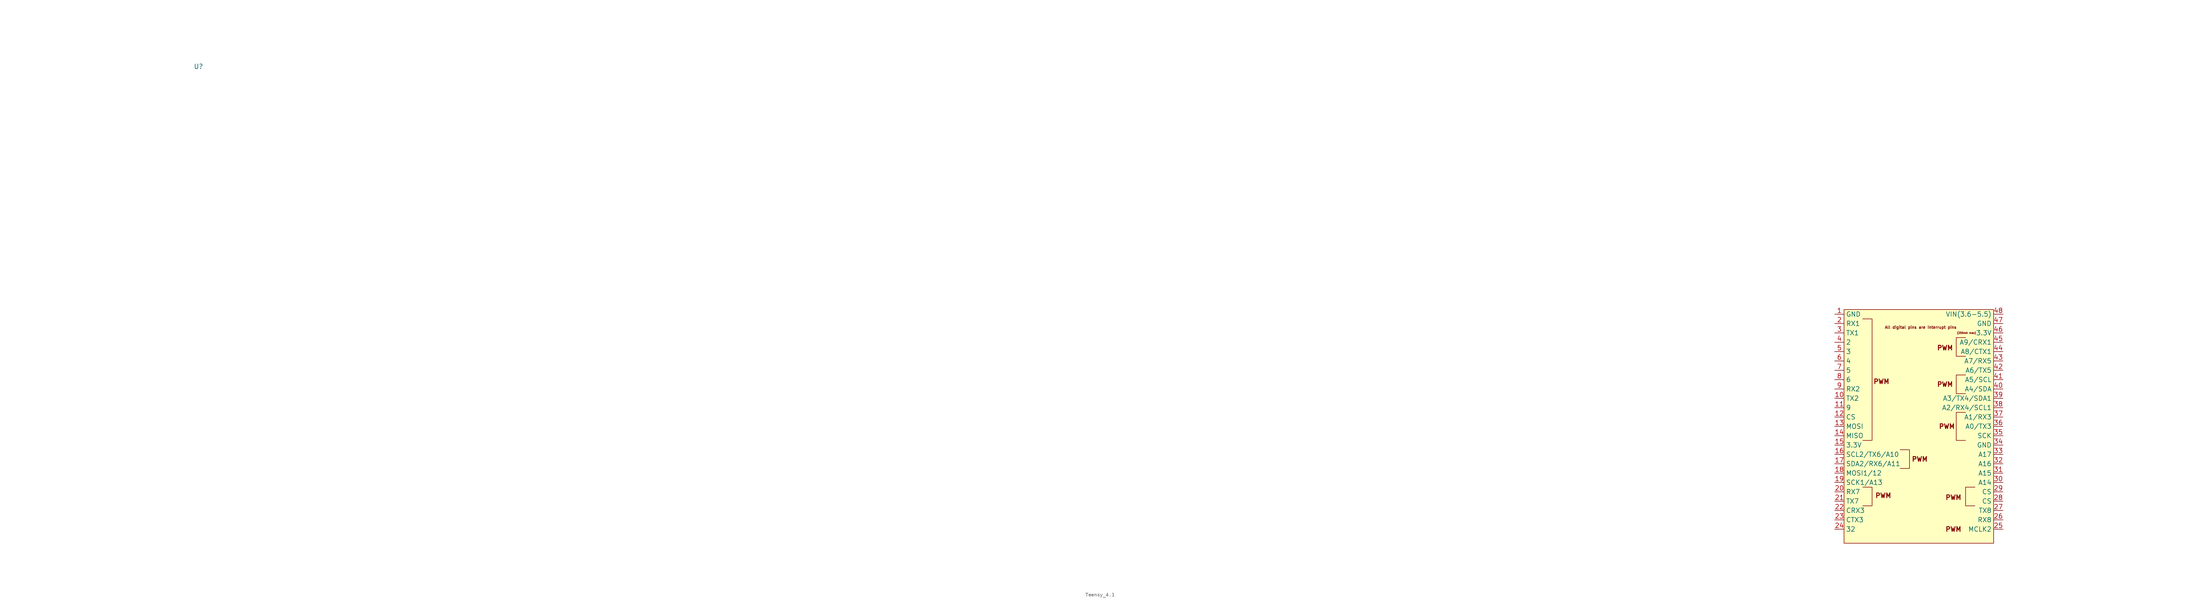
<source format=kicad_sym>
(kicad_symbol_lib
  (version 20231120)
  (generator "kicad_symbol_editor")
  (generator_version "8.0")
  (symbol "Teensy_4.1"
    (property "Reference" "U"
      (at -467.36 93.98 0)
      (effects (font (size 1.27 1.27))))
    (property "Value" ""
      (at -467.36 93.98 0)
      (effects (font (size 1.27 1.27))))
    (symbol "Teensy_4.1_0_1"
      (polyline (pts (xy -15.24 25.4) (xy -12.7 25.4) (xy -12.7 -7.62) (xy -15.24 -7.62)) (stroke (width 0) (type default)) (fill (type none))))
    (symbol "Teensy_4.1_1_1"
      (rectangle (start -20.32 27.94) (end 20.32 -35.56) (stroke (width 0) (type default)) (fill (type background)))
      (polyline (pts (xy -15.24 -20.32) (xy -12.7 -20.32) (xy -12.7 -25.4) (xy -15.24 -25.4)) (stroke (width 0) (type default)) (fill (type none)))
      (polyline (pts (xy -5.08 -10.16) (xy -2.54 -10.16) (xy -2.54 -15.24) (xy -5.08 -15.24)) (stroke (width 0) (type default)) (fill (type none)))
      (polyline (pts (xy 12.7 0) (xy 10.16 0) (xy 10.16 -7.62) (xy 12.7 -7.62)) (stroke (width 0) (type default)) (fill (type none)))
      (polyline (pts (xy 12.7 10.16) (xy 10.16 10.16) (xy 10.16 5.08) (xy 12.7 5.08)) (stroke (width 0) (type default)) (fill (type none)))
      (polyline (pts (xy 12.7 20.32) (xy 10.16 20.32) (xy 10.16 15.24) (xy 12.7 15.24)) (stroke (width 0) (type default)) (fill (type none)))
      (polyline (pts (xy 15.24 -20.32) (xy 12.7 -20.32) (xy 12.7 -25.4) (xy 15.24 -25.4)) (stroke (width 0) (type default)) (fill (type none)))
      (text "(250mA max)" (at 12.954 21.59 0) (effects (font (size 0.508 0.508))))
      (text "All digital pins are interrupt pins" (at 0.508 23.114 0) (effects (font (size 0.762 0.762))))
      (text "PWM" (at -10.16 8.382 0) (effects (font (size 1.27 1.27) (bold yes))))
      (text "PWM" (at -9.652 -22.606 0) (effects (font (size 1.27 1.27) (bold yes))))
      (text "PWM" (at 0.254 -12.7 0) (effects (font (size 1.27 1.27) (bold yes))))
      (text "PWM" (at 7.112 7.62 0) (effects (font (size 1.27 1.27) (bold yes))))
      (text "PWM" (at 7.112 17.526 0) (effects (font (size 1.27 1.27) (bold yes))))
      (text "PWM" (at 7.62 -3.81 0) (effects (font (size 1.27 1.27) (bold yes))))
      (text "PWM" (at 9.398 -31.75 0) (effects (font (size 1.27 1.27) (bold yes))))
      (text "PWM" (at 9.398 -23.114 0) (effects (font (size 1.27 1.27) (bold yes))))
      (pin power_out line (at -22.86 26.67 0) (length 2.54) (name "GND" (effects (font (size 1.27 1.27)))) (number "1" (effects (font (size 1.27 1.27)))))
      (pin bidirectional line (at -22.86 3.81 0) (length 2.54) (name "TX2" (effects (font (size 1.27 1.27)))) (number "10" (effects (font (size 1.27 1.27)))))
      (pin bidirectional line (at -22.86 1.27 0) (length 2.54) (name "9" (effects (font (size 1.27 1.27)))) (number "11" (effects (font (size 1.27 1.27)))))
      (pin bidirectional line (at -22.86 -1.27 0) (length 2.54) (name "CS" (effects (font (size 1.27 1.27)))) (number "12" (effects (font (size 1.27 1.27)))))
      (pin bidirectional line (at -22.86 -3.81 0) (length 2.54) (name "MOSI" (effects (font (size 1.27 1.27)))) (number "13" (effects (font (size 1.27 1.27)))))
      (pin bidirectional line (at -22.86 -6.35 0) (length 2.54) (name "MISO" (effects (font (size 1.27 1.27)))) (number "14" (effects (font (size 1.27 1.27)))))
      (pin power_out line (at -22.86 -8.89 0) (length 2.54) (name "3.3V" (effects (font (size 1.27 1.27)))) (number "15" (effects (font (size 1.27 1.27)))))
      (pin bidirectional line (at -22.86 -11.43 0) (length 2.54) (name "SCL2/TX6/A10" (effects (font (size 1.27 1.27)))) (number "16" (effects (font (size 1.27 1.27)))))
      (pin bidirectional line (at -22.86 -13.97 0) (length 2.54) (name "SDA2/RX6/A11" (effects (font (size 1.27 1.27)))) (number "17" (effects (font (size 1.27 1.27)))))
      (pin bidirectional line (at -22.86 -16.51 0) (length 2.54) (name "MOSI1/12" (effects (font (size 1.27 1.27)))) (number "18" (effects (font (size 1.27 1.27)))))
      (pin bidirectional line (at -22.86 -19.05 0) (length 2.54) (name "SCK1/A13" (effects (font (size 1.27 1.27)))) (number "19" (effects (font (size 1.27 1.27)))))
      (pin bidirectional line (at -22.86 24.13 0) (length 2.54) (name "RX1" (effects (font (size 1.27 1.27)))) (number "2" (effects (font (size 1.27 1.27)))))
      (pin bidirectional line (at -22.86 -21.59 0) (length 2.54) (name "RX7" (effects (font (size 1.27 1.27)))) (number "20" (effects (font (size 1.27 1.27)))))
      (pin bidirectional line (at -22.86 -24.13 0) (length 2.54) (name "TX7" (effects (font (size 1.27 1.27)))) (number "21" (effects (font (size 1.27 1.27)))))
      (pin bidirectional line (at -22.86 -26.67 0) (length 2.54) (name "CRX3" (effects (font (size 1.27 1.27)))) (number "22" (effects (font (size 1.27 1.27)))))
      (pin bidirectional line (at -22.86 -29.21 0) (length 2.54) (name "CTX3" (effects (font (size 1.27 1.27)))) (number "23" (effects (font (size 1.27 1.27)))))
      (pin bidirectional line (at -22.86 -31.75 0) (length 2.54) (name "32" (effects (font (size 1.27 1.27)))) (number "24" (effects (font (size 1.27 1.27)))))
      (pin bidirectional line (at 22.86 -31.75 180) (length 2.54) (name "MCLK2" (effects (font (size 1.27 1.27)))) (number "25" (effects (font (size 1.27 1.27)))))
      (pin bidirectional line (at 22.86 -29.21 180) (length 2.54) (name "RX8" (effects (font (size 1.27 1.27)))) (number "26" (effects (font (size 1.27 1.27)))))
      (pin bidirectional line (at 22.86 -26.67 180) (length 2.54) (name "TX8" (effects (font (size 1.27 1.27)))) (number "27" (effects (font (size 1.27 1.27)))))
      (pin bidirectional line (at 22.86 -24.13 180) (length 2.54) (name "CS" (effects (font (size 1.27 1.27)))) (number "28" (effects (font (size 1.27 1.27)))))
      (pin bidirectional line (at 22.86 -21.59 180) (length 2.54) (name "CS" (effects (font (size 1.27 1.27)))) (number "29" (effects (font (size 1.27 1.27)))))
      (pin bidirectional line (at -22.86 21.59 0) (length 2.54) (name "TX1" (effects (font (size 1.27 1.27)))) (number "3" (effects (font (size 1.27 1.27)))))
      (pin bidirectional line (at 22.86 -19.05 180) (length 2.54) (name "A14" (effects (font (size 1.27 1.27)))) (number "30" (effects (font (size 1.27 1.27)))))
      (pin bidirectional line (at 22.86 -16.51 180) (length 2.54) (name "A15" (effects (font (size 1.27 1.27)))) (number "31" (effects (font (size 1.27 1.27)))))
      (pin bidirectional line (at 22.86 -13.97 180) (length 2.54) (name "A16" (effects (font (size 1.27 1.27)))) (number "32" (effects (font (size 1.27 1.27)))))
      (pin bidirectional line (at 22.86 -11.43 180) (length 2.54) (name "A17" (effects (font (size 1.27 1.27)))) (number "33" (effects (font (size 1.27 1.27)))))
      (pin power_out line (at 22.86 -8.89 180) (length 2.54) (name "GND" (effects (font (size 1.27 1.27)))) (number "34" (effects (font (size 1.27 1.27)))))
      (pin bidirectional line (at 22.86 -6.35 180) (length 2.54) (name "SCK" (effects (font (size 1.27 1.27)))) (number "35" (effects (font (size 1.27 1.27)))))
      (pin bidirectional line (at 22.86 -3.81 180) (length 2.54) (name "A0/TX3" (effects (font (size 1.27 1.27)))) (number "36" (effects (font (size 1.27 1.27)))))
      (pin bidirectional line (at 22.86 -1.27 180) (length 2.54) (name "A1/RX3" (effects (font (size 1.27 1.27)))) (number "37" (effects (font (size 1.27 1.27)))))
      (pin bidirectional line (at 22.86 1.27 180) (length 2.54) (name "A2/RX4/SCL1" (effects (font (size 1.27 1.27)))) (number "38" (effects (font (size 1.27 1.27)))))
      (pin bidirectional line (at 22.86 3.81 180) (length 2.54) (name "A3/TX4/SDA1" (effects (font (size 1.27 1.27)))) (number "39" (effects (font (size 1.27 1.27)))))
      (pin bidirectional line (at -22.86 19.05 0) (length 2.54) (name "2" (effects (font (size 1.27 1.27)))) (number "4" (effects (font (size 1.27 1.27)))))
      (pin bidirectional line (at 22.86 6.35 180) (length 2.54) (name "A4/SDA" (effects (font (size 1.27 1.27)))) (number "40" (effects (font (size 1.27 1.27)))))
      (pin bidirectional line (at 22.86 8.89 180) (length 2.54) (name "A5/SCL" (effects (font (size 1.27 1.27)))) (number "41" (effects (font (size 1.27 1.27)))))
      (pin bidirectional line (at 22.86 11.43 180) (length 2.54) (name "A6/TX5" (effects (font (size 1.27 1.27)))) (number "42" (effects (font (size 1.27 1.27)))))
      (pin bidirectional line (at 22.86 13.97 180) (length 2.54) (name "A7/RX5" (effects (font (size 1.27 1.27)))) (number "43" (effects (font (size 1.27 1.27)))))
      (pin bidirectional line (at 22.86 16.51 180) (length 2.54) (name "A8/CTX1" (effects (font (size 1.27 1.27)))) (number "44" (effects (font (size 1.27 1.27)))))
      (pin bidirectional line (at 22.86 19.05 180) (length 2.54) (name "A9/CRX1" (effects (font (size 1.27 1.27)))) (number "45" (effects (font (size 1.27 1.27)))))
      (pin power_out line (at 22.86 21.59 180) (length 2.54) (name "3.3V" (effects (font (size 1.27 1.27)))) (number "46" (effects (font (size 1.27 1.27)))))
      (pin power_in line (at 22.86 24.13 180) (length 2.54) (name "GND" (effects (font (size 1.27 1.27)))) (number "47" (effects (font (size 1.27 1.27)))))
      (pin power_in line (at 22.86 26.67 180) (length 2.54) (name "VIN(3.6-5.5)" (effects (font (size 1.27 1.27)))) (number "48" (effects (font (size 1.27 1.27)))))
      (pin bidirectional line (at -22.86 16.51 0) (length 2.54) (name "3" (effects (font (size 1.27 1.27)))) (number "5" (effects (font (size 1.27 1.27)))))
      (pin bidirectional line (at -22.86 13.97 0) (length 2.54) (name "4" (effects (font (size 1.27 1.27)))) (number "6" (effects (font (size 1.27 1.27)))))
      (pin bidirectional line (at -22.86 11.43 0) (length 2.54) (name "5" (effects (font (size 1.27 1.27)))) (number "7" (effects (font (size 1.27 1.27)))))
      (pin bidirectional line (at -22.86 8.89 0) (length 2.54) (name "6" (effects (font (size 1.27 1.27)))) (number "8" (effects (font (size 1.27 1.27)))))
      (pin bidirectional line (at -22.86 6.35 0) (length 2.54) (name "RX2" (effects (font (size 1.27 1.27)))) (number "9" (effects (font (size 1.27 1.27))))))))
</source>
